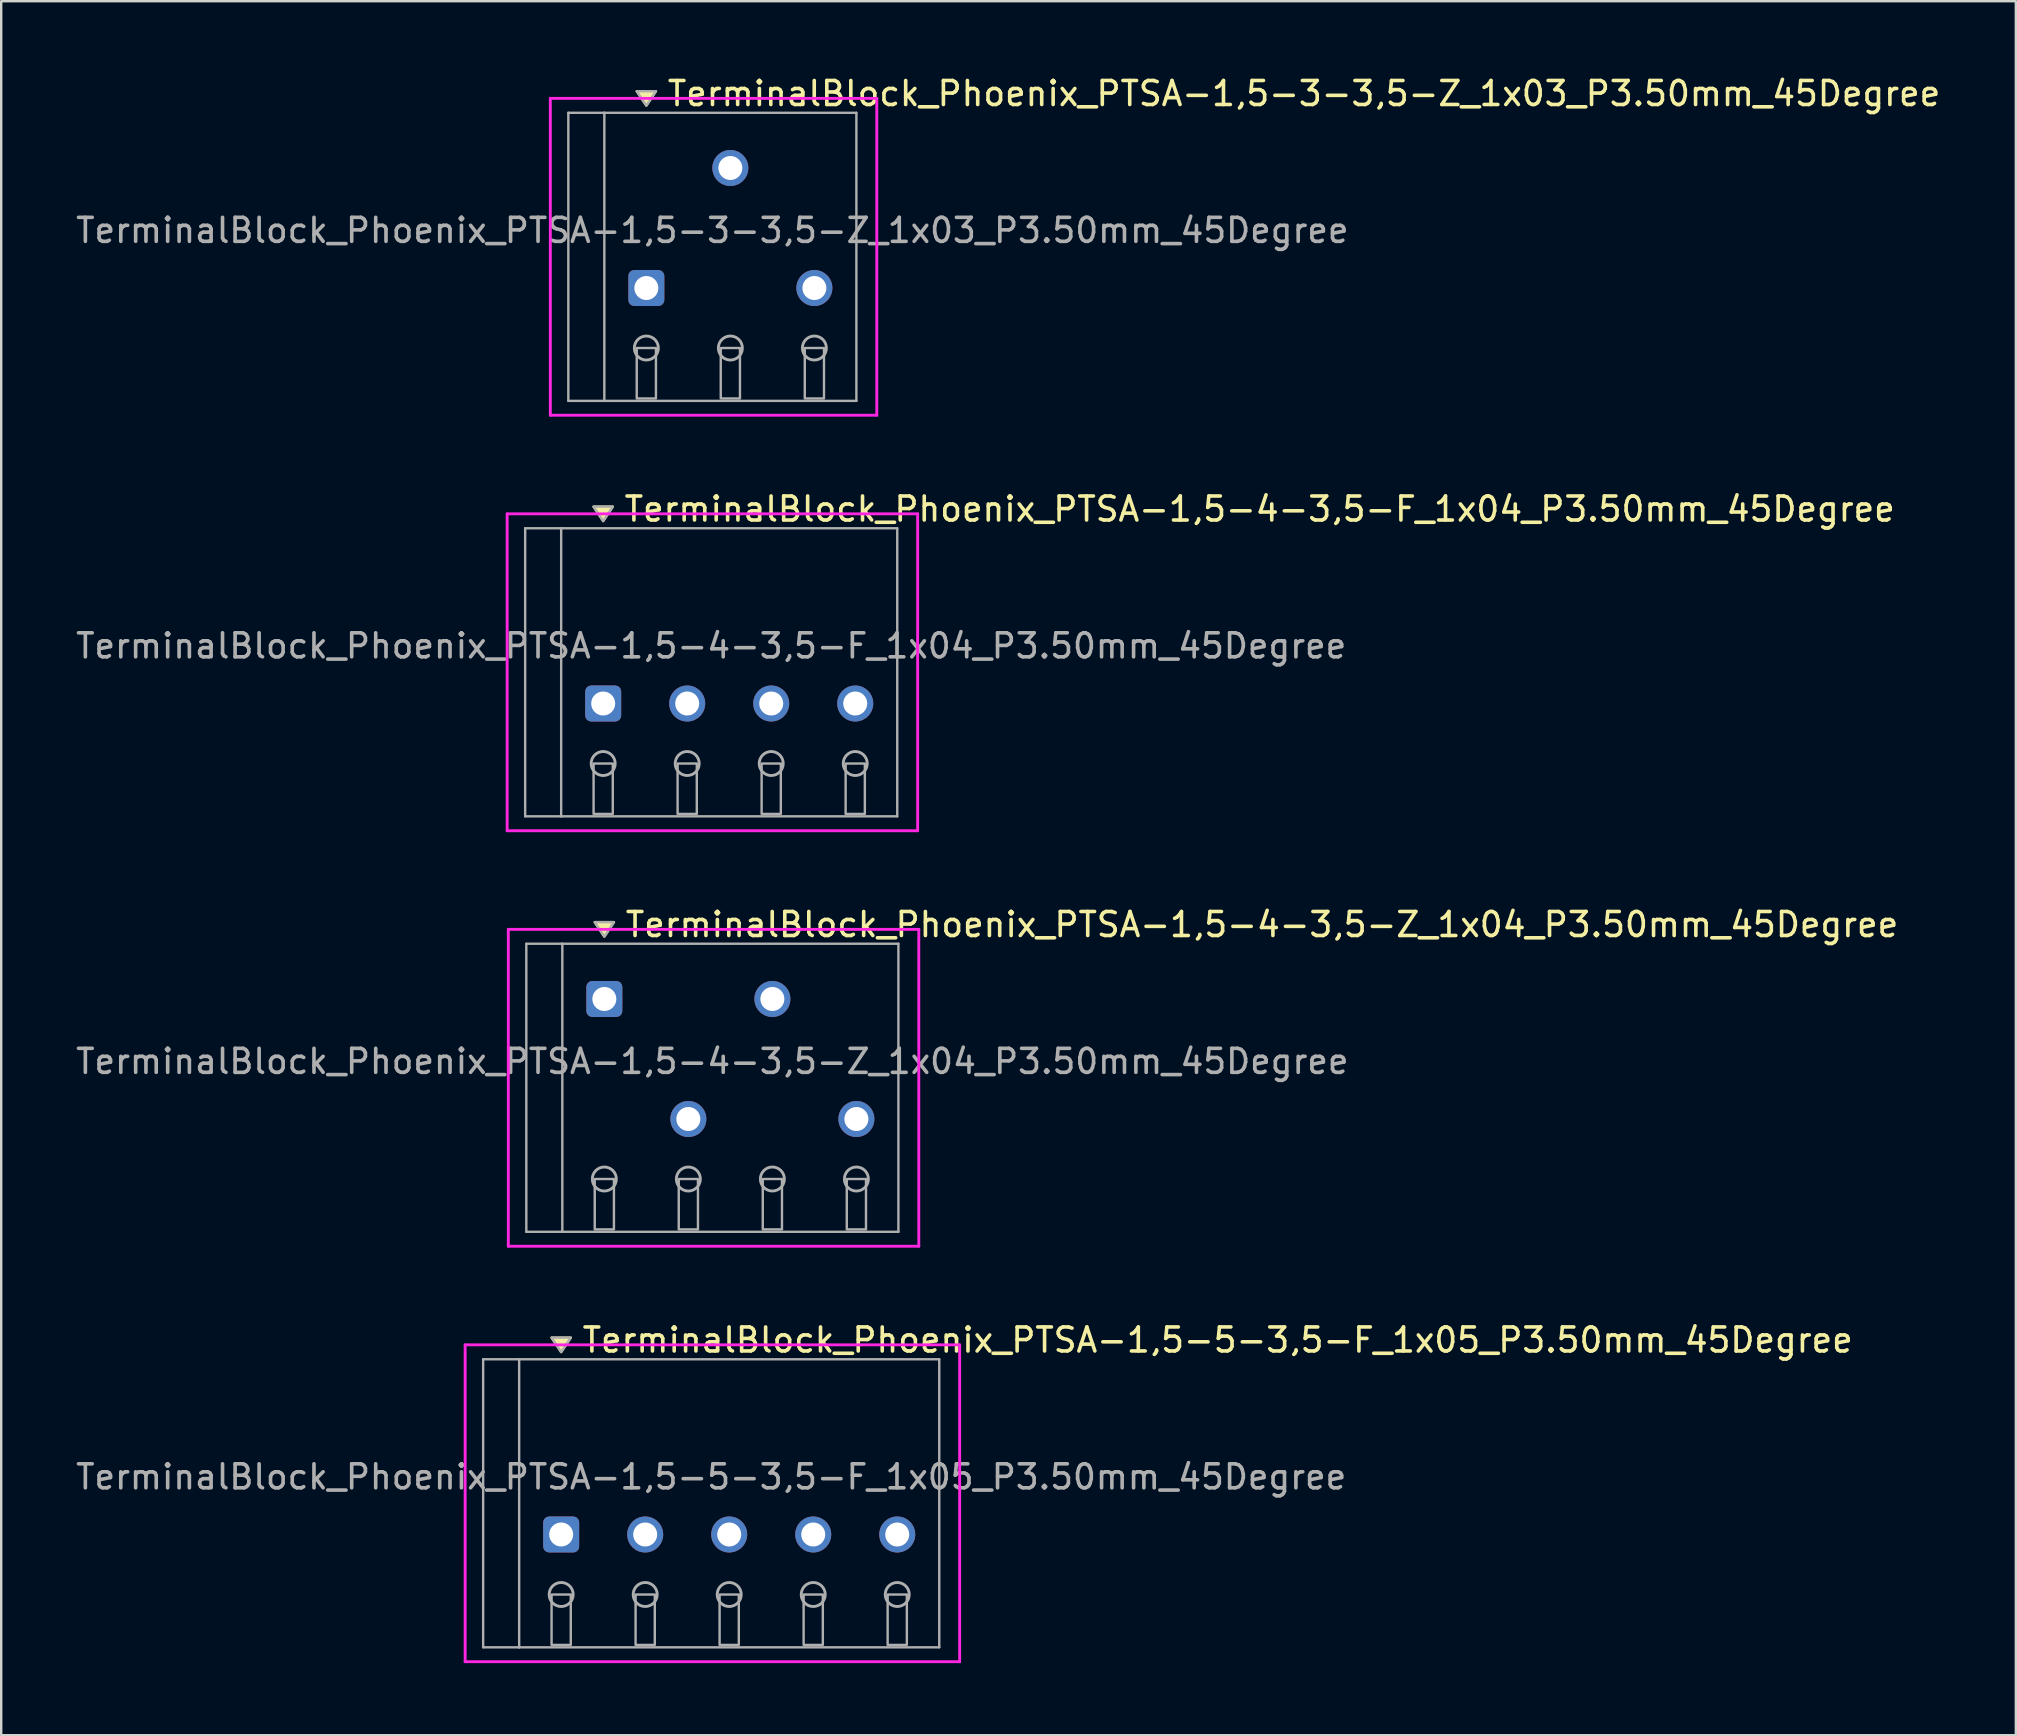
<source format=kicad_pcb>
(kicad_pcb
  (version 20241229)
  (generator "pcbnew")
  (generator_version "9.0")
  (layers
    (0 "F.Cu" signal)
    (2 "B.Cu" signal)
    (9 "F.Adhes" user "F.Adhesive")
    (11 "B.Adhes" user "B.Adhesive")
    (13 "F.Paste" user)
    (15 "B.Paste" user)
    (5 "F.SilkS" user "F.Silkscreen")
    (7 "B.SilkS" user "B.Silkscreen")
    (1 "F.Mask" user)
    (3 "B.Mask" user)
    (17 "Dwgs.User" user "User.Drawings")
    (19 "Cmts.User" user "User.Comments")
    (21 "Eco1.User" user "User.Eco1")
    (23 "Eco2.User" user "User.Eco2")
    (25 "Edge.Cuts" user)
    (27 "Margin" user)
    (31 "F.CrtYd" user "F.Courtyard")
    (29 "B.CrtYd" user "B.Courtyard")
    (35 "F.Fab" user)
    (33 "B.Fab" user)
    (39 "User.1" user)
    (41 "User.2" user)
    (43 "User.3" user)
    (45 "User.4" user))
  (footprint "TerminalBlock_Phoenix_PTSA-1,5-5-3,5-F_1x05_P3.50mm_45Degree"
    (layer "F.Cu")
    (at 20.327 60.873)
    (property "Reference" "TerminalBlock_Phoenix_PTSA-1,5-5-3,5-F_1x05_P3.50mm_45Degree" (at 0.8 -8.1 0) (layer "F.SilkS") (effects (font (size 1 1) (thickness 0.15)) (justify left)))
    (attr through_hole)
    (fp_poly (pts (xy 0 -7.6) (xy -0.4 -8.2) (xy 0.4 -8.2)) (stroke (width 0.1) (type solid)) (fill yes) (layer "F.SilkS"))
    (fp_line (start -4 -7.9) (end 16.6 -7.9) (stroke (width 0.12) (type solid)) (layer "F.CrtYd"))
    (fp_line (start -4 5.3) (end -4 -7.9) (stroke (width 0.12) (type solid)) (layer "F.CrtYd"))
    (fp_line (start 16.6 -7.9) (end 16.6 5.3) (stroke (width 0.12) (type solid)) (layer "F.CrtYd"))
    (fp_line (start 16.6 5.3) (end -4 5.3) (stroke (width 0.12) (type solid)) (layer "F.CrtYd"))
    (fp_line (start -3.25 -7.3) (end -1.75 -7.3) (stroke (width 0.1) (type solid)) (layer "F.Fab"))
    (fp_line (start -3.25 4.7) (end -3.25 -7.3) (stroke (width 0.1) (type solid)) (layer "F.Fab"))
    (fp_line (start -1.75 -7.3) (end -1.75 4.7) (stroke (width 0.1) (type solid)) (layer "F.Fab"))
    (fp_line (start -1.75 4.7) (end -3.25 4.7) (stroke (width 0.1) (type solid)) (layer "F.Fab"))
    (fp_line (start -1.75 4.7) (end 15.75 4.7) (stroke (width 0.1) (type solid)) (layer "F.Fab"))
    (fp_line (start 15.75 -7.3) (end -1.75 -7.3) (stroke (width 0.1) (type solid)) (layer "F.Fab"))
    (fp_line (start 15.75 4.7) (end 15.75 -7.3) (stroke (width 0.1) (type solid)) (layer "F.Fab"))
    (fp_circle (center 0 2.5) (end -0.5 2.5) (stroke (width 0.12) (type solid)) (fill no) (layer "F.Fab"))
    (fp_circle (center 3.5 2.5) (end 3 2.5) (stroke (width 0.12) (type solid)) (fill no) (layer "F.Fab"))
    (fp_circle (center 7 2.5) (end 6.5 2.5) (stroke (width 0.12) (type solid)) (fill no) (layer "F.Fab"))
    (fp_circle (center 10.5 2.5) (end 10 2.5) (stroke (width 0.12) (type solid)) (fill no) (layer "F.Fab"))
    (fp_circle (center 14 2.5) (end 13.5 2.5) (stroke (width 0.12) (type solid)) (fill no) (layer "F.Fab"))
    (fp_poly (pts (xy 0 -7.6) (xy -0.4 -8.2) (xy 0.4 -8.2)) (stroke (width 0.1) (type solid)) (fill no) (layer "F.Fab"))
    (fp_poly (pts (xy -0.4 2.5) (xy -0.4 4.6) (xy 0.4 4.6) (xy 0.4 2.5)) (stroke (width 0.1) (type solid)) (fill no) (layer "F.Fab"))
    (fp_poly (pts (xy 3.1 2.5) (xy 3.1 4.6) (xy 3.9 4.6) (xy 3.9 2.5)) (stroke (width 0.1) (type solid)) (fill no) (layer "F.Fab"))
    (fp_poly (pts (xy 6.6 2.5) (xy 6.6 4.6) (xy 7.4 4.6) (xy 7.4 2.5)) (stroke (width 0.1) (type solid)) (fill no) (layer "F.Fab"))
    (fp_poly (pts (xy 10.1 2.5) (xy 10.1 4.6) (xy 10.9 4.6) (xy 10.9 2.5)) (stroke (width 0.1) (type solid)) (fill no) (layer "F.Fab"))
    (fp_poly (pts (xy 13.6 2.5) (xy 13.6 4.6) (xy 14.4 4.6) (xy 14.4 2.5)) (stroke (width 0.1) (type solid)) (fill no) (layer "F.Fab"))
    (fp_text user "${REFERENCE}" (at 6.25 -2.4 0) (layer "F.Fab") (effects (font (size 1 1) (thickness 0.15))))
    (pad "1" thru_hole roundrect (at 0 0) (size 1.5 1.5) (drill 1) (layers "*.Cu" "*.Mask") (roundrect_rratio 0.167))
    (pad "2" thru_hole oval (at 3.5 0) (size 1.5 1.5) (drill 1) (layers "*.Cu" "*.Mask"))
    (pad "3" thru_hole oval (at 7 0) (size 1.5 1.5) (drill 1) (layers "*.Cu" "*.Mask"))
    (pad "4" thru_hole oval (at 10.5 0) (size 1.5 1.5) (drill 1) (layers "*.Cu" "*.Mask"))
    (pad "5" thru_hole oval (at 14 0) (size 1.5 1.5) (drill 1) (layers "*.Cu" "*.Mask")))
  (footprint "TerminalBlock_Phoenix_PTSA-1,5-4-3,5-F_1x04_P3.50mm_45Degree"
    (layer "F.Cu")
    (at 22.077 26.256)
    (property "Reference" "TerminalBlock_Phoenix_PTSA-1,5-4-3,5-F_1x04_P3.50mm_45Degree" (at 0.8 -8.1 0) (layer "F.SilkS") (effects (font (size 1 1) (thickness 0.15)) (justify left)))
    (attr through_hole)
    (fp_poly (pts (xy 0 -7.6) (xy -0.4 -8.2) (xy 0.4 -8.2)) (stroke (width 0.1) (type solid)) (fill yes) (layer "F.SilkS"))
    (fp_line (start -4 -7.9) (end 13.1 -7.9) (stroke (width 0.12) (type solid)) (layer "F.CrtYd"))
    (fp_line (start -4 5.3) (end -4 -7.9) (stroke (width 0.12) (type solid)) (layer "F.CrtYd"))
    (fp_line (start 13.1 -7.9) (end 13.1 5.3) (stroke (width 0.12) (type solid)) (layer "F.CrtYd"))
    (fp_line (start 13.1 5.3) (end -4 5.3) (stroke (width 0.12) (type solid)) (layer "F.CrtYd"))
    (fp_line (start -3.25 -7.3) (end -1.75 -7.3) (stroke (width 0.1) (type solid)) (layer "F.Fab"))
    (fp_line (start -3.25 4.7) (end -3.25 -7.3) (stroke (width 0.1) (type solid)) (layer "F.Fab"))
    (fp_line (start -1.75 -7.3) (end -1.75 4.7) (stroke (width 0.1) (type solid)) (layer "F.Fab"))
    (fp_line (start -1.75 4.7) (end -3.25 4.7) (stroke (width 0.1) (type solid)) (layer "F.Fab"))
    (fp_line (start -1.75 4.7) (end 12.25 4.7) (stroke (width 0.1) (type solid)) (layer "F.Fab"))
    (fp_line (start 12.25 -7.3) (end -1.75 -7.3) (stroke (width 0.1) (type solid)) (layer "F.Fab"))
    (fp_line (start 12.25 4.7) (end 12.25 -7.3) (stroke (width 0.1) (type solid)) (layer "F.Fab"))
    (fp_circle (center 0 2.5) (end -0.5 2.5) (stroke (width 0.12) (type solid)) (fill no) (layer "F.Fab"))
    (fp_circle (center 3.5 2.5) (end 3 2.5) (stroke (width 0.12) (type solid)) (fill no) (layer "F.Fab"))
    (fp_circle (center 7 2.5) (end 6.5 2.5) (stroke (width 0.12) (type solid)) (fill no) (layer "F.Fab"))
    (fp_circle (center 10.5 2.5) (end 10 2.5) (stroke (width 0.12) (type solid)) (fill no) (layer "F.Fab"))
    (fp_poly (pts (xy 0 -7.6) (xy -0.4 -8.2) (xy 0.4 -8.2)) (stroke (width 0.1) (type solid)) (fill no) (layer "F.Fab"))
    (fp_poly (pts (xy -0.4 2.5) (xy -0.4 4.6) (xy 0.4 4.6) (xy 0.4 2.5)) (stroke (width 0.1) (type solid)) (fill no) (layer "F.Fab"))
    (fp_poly (pts (xy 3.1 2.5) (xy 3.1 4.6) (xy 3.9 4.6) (xy 3.9 2.5)) (stroke (width 0.1) (type solid)) (fill no) (layer "F.Fab"))
    (fp_poly (pts (xy 6.6 2.5) (xy 6.6 4.6) (xy 7.4 4.6) (xy 7.4 2.5)) (stroke (width 0.1) (type solid)) (fill no) (layer "F.Fab"))
    (fp_poly (pts (xy 10.1 2.5) (xy 10.1 4.6) (xy 10.9 4.6) (xy 10.9 2.5)) (stroke (width 0.1) (type solid)) (fill no) (layer "F.Fab"))
    (fp_text user "${REFERENCE}" (at 4.5 -2.4 0) (layer "F.Fab") (effects (font (size 1 1) (thickness 0.15))))
    (pad "1" thru_hole roundrect (at 0 0) (size 1.5 1.5) (drill 1) (layers "*.Cu" "*.Mask") (roundrect_rratio 0.167))
    (pad "2" thru_hole oval (at 3.5 0) (size 1.5 1.5) (drill 1) (layers "*.Cu" "*.Mask"))
    (pad "3" thru_hole oval (at 7 0) (size 1.5 1.5) (drill 1) (layers "*.Cu" "*.Mask"))
    (pad "4" thru_hole oval (at 10.5 0) (size 1.5 1.5) (drill 1) (layers "*.Cu" "*.Mask")))
  (footprint "TerminalBlock_Phoenix_PTSA-1,5-4-3,5-Z_1x04_P3.50mm_45Degree"
    (layer "F.Cu")
    (at 22.125 43.565)
    (property "Reference" "TerminalBlock_Phoenix_PTSA-1,5-4-3,5-Z_1x04_P3.50mm_45Degree" (at 0.8 -8.1 0) (layer "F.SilkS") (effects (font (size 1 1) (thickness 0.15)) (justify left)))
    (attr through_hole)
    (fp_poly (pts (xy 0 -7.6) (xy -0.4 -8.2) (xy 0.4 -8.2)) (stroke (width 0.1) (type solid)) (fill yes) (layer "F.SilkS"))
    (fp_line (start -4 -7.9) (end 13.1 -7.9) (stroke (width 0.12) (type solid)) (layer "F.CrtYd"))
    (fp_line (start -4 5.3) (end -4 -7.9) (stroke (width 0.12) (type solid)) (layer "F.CrtYd"))
    (fp_line (start 13.1 -7.9) (end 13.1 5.3) (stroke (width 0.12) (type solid)) (layer "F.CrtYd"))
    (fp_line (start 13.1 5.3) (end -4 5.3) (stroke (width 0.12) (type solid)) (layer "F.CrtYd"))
    (fp_line (start -3.25 -7.3) (end -1.75 -7.3) (stroke (width 0.1) (type solid)) (layer "F.Fab"))
    (fp_line (start -3.25 4.7) (end -3.25 -7.3) (stroke (width 0.1) (type solid)) (layer "F.Fab"))
    (fp_line (start -1.75 -7.3) (end -1.75 4.7) (stroke (width 0.1) (type solid)) (layer "F.Fab"))
    (fp_line (start -1.75 4.7) (end -3.25 4.7) (stroke (width 0.1) (type solid)) (layer "F.Fab"))
    (fp_line (start -1.75 4.7) (end 12.25 4.7) (stroke (width 0.1) (type solid)) (layer "F.Fab"))
    (fp_line (start 12.25 -7.3) (end -1.75 -7.3) (stroke (width 0.1) (type solid)) (layer "F.Fab"))
    (fp_line (start 12.25 4.7) (end 12.25 -7.3) (stroke (width 0.1) (type solid)) (layer "F.Fab"))
    (fp_circle (center 0 2.5) (end -0.5 2.5) (stroke (width 0.12) (type solid)) (fill no) (layer "F.Fab"))
    (fp_circle (center 3.5 2.5) (end 3 2.5) (stroke (width 0.12) (type solid)) (fill no) (layer "F.Fab"))
    (fp_circle (center 7 2.5) (end 6.5 2.5) (stroke (width 0.12) (type solid)) (fill no) (layer "F.Fab"))
    (fp_circle (center 10.5 2.5) (end 10 2.5) (stroke (width 0.12) (type solid)) (fill no) (layer "F.Fab"))
    (fp_poly (pts (xy 0 -7.6) (xy -0.4 -8.2) (xy 0.4 -8.2)) (stroke (width 0.1) (type solid)) (fill no) (layer "F.Fab"))
    (fp_poly (pts (xy -0.4 2.5) (xy -0.4 4.6) (xy 0.4 4.6) (xy 0.4 2.5)) (stroke (width 0.1) (type solid)) (fill no) (layer "F.Fab"))
    (fp_poly (pts (xy 3.1 2.5) (xy 3.1 4.6) (xy 3.9 4.6) (xy 3.9 2.5)) (stroke (width 0.1) (type solid)) (fill no) (layer "F.Fab"))
    (fp_poly (pts (xy 6.6 2.5) (xy 6.6 4.6) (xy 7.4 4.6) (xy 7.4 2.5)) (stroke (width 0.1) (type solid)) (fill no) (layer "F.Fab"))
    (fp_poly (pts (xy 10.1 2.5) (xy 10.1 4.6) (xy 10.9 4.6) (xy 10.9 2.5)) (stroke (width 0.1) (type solid)) (fill no) (layer "F.Fab"))
    (fp_text user "${REFERENCE}" (at 4.5 -2.4 0) (layer "F.Fab") (effects (font (size 1 1) (thickness 0.15))))
    (pad "1" thru_hole roundrect (at 0 -5) (size 1.5 1.5) (drill 1) (layers "*.Cu" "*.Mask") (roundrect_rratio 0.167))
    (pad "2" thru_hole oval (at 3.5 0) (size 1.5 1.5) (drill 1) (layers "*.Cu" "*.Mask"))
    (pad "3" thru_hole oval (at 7 -5) (size 1.5 1.5) (drill 1) (layers "*.Cu" "*.Mask"))
    (pad "4" thru_hole oval (at 10.5 0) (size 1.5 1.5) (drill 1) (layers "*.Cu" "*.Mask")))
  (footprint "TerminalBlock_Phoenix_PTSA-1,5-3-3,5-Z_1x03_P3.50mm_45Degree"
    (layer "F.Cu")
    (at 23.875 8.948)
    (property "Reference" "TerminalBlock_Phoenix_PTSA-1,5-3-3,5-Z_1x03_P3.50mm_45Degree" (at 0.8 -8.1 0) (layer "F.SilkS") (effects (font (size 1 1) (thickness 0.15)) (justify left)))
    (attr through_hole)
    (fp_poly (pts (xy 0 -7.6) (xy -0.4 -8.2) (xy 0.4 -8.2)) (stroke (width 0.1) (type solid)) (fill yes) (layer "F.SilkS"))
    (fp_line (start -4 -7.9) (end 9.6 -7.9) (stroke (width 0.12) (type solid)) (layer "F.CrtYd"))
    (fp_line (start -4 5.3) (end -4 -7.9) (stroke (width 0.12) (type solid)) (layer "F.CrtYd"))
    (fp_line (start 9.6 -7.9) (end 9.6 5.3) (stroke (width 0.12) (type solid)) (layer "F.CrtYd"))
    (fp_line (start 9.6 5.3) (end -4 5.3) (stroke (width 0.12) (type solid)) (layer "F.CrtYd"))
    (fp_line (start -3.25 -7.3) (end -1.75 -7.3) (stroke (width 0.1) (type solid)) (layer "F.Fab"))
    (fp_line (start -3.25 4.7) (end -3.25 -7.3) (stroke (width 0.1) (type solid)) (layer "F.Fab"))
    (fp_line (start -1.75 -7.3) (end -1.75 4.7) (stroke (width 0.1) (type solid)) (layer "F.Fab"))
    (fp_line (start -1.75 4.7) (end -3.25 4.7) (stroke (width 0.1) (type solid)) (layer "F.Fab"))
    (fp_line (start -1.75 4.7) (end 8.75 4.7) (stroke (width 0.1) (type solid)) (layer "F.Fab"))
    (fp_line (start 8.75 -7.3) (end -1.75 -7.3) (stroke (width 0.1) (type solid)) (layer "F.Fab"))
    (fp_line (start 8.75 4.7) (end 8.75 -7.3) (stroke (width 0.1) (type solid)) (layer "F.Fab"))
    (fp_circle (center 0 2.5) (end -0.5 2.5) (stroke (width 0.12) (type solid)) (fill no) (layer "F.Fab"))
    (fp_circle (center 3.5 2.5) (end 3 2.5) (stroke (width 0.12) (type solid)) (fill no) (layer "F.Fab"))
    (fp_circle (center 7 2.5) (end 6.5 2.5) (stroke (width 0.12) (type solid)) (fill no) (layer "F.Fab"))
    (fp_poly (pts (xy 0 -7.6) (xy -0.4 -8.2) (xy 0.4 -8.2)) (stroke (width 0.1) (type solid)) (fill no) (layer "F.Fab"))
    (fp_poly (pts (xy -0.4 2.5) (xy -0.4 4.6) (xy 0.4 4.6) (xy 0.4 2.5)) (stroke (width 0.1) (type solid)) (fill no) (layer "F.Fab"))
    (fp_poly (pts (xy 3.1 2.5) (xy 3.1 4.6) (xy 3.9 4.6) (xy 3.9 2.5)) (stroke (width 0.1) (type solid)) (fill no) (layer "F.Fab"))
    (fp_poly (pts (xy 6.6 2.5) (xy 6.6 4.6) (xy 7.4 4.6) (xy 7.4 2.5)) (stroke (width 0.1) (type solid)) (fill no) (layer "F.Fab"))
    (fp_text user "${REFERENCE}" (at 2.75 -2.4 0) (layer "F.Fab") (effects (font (size 1 1) (thickness 0.15))))
    (pad "1" thru_hole roundrect (at 0 0) (size 1.5 1.5) (drill 1) (layers "*.Cu" "*.Mask") (roundrect_rratio 0.167))
    (pad "2" thru_hole oval (at 3.5 -5) (size 1.5 1.5) (drill 1) (layers "*.Cu" "*.Mask"))
    (pad "3" thru_hole oval (at 7 0) (size 1.5 1.5) (drill 1) (layers "*.Cu" "*.Mask")))
  (gr_rect
    (start -3 -3)
    (end 80.925 69.233)
    (stroke (width 0.1) (type default))
    (fill no)
    (layer "Edge.Cuts")))
</source>
